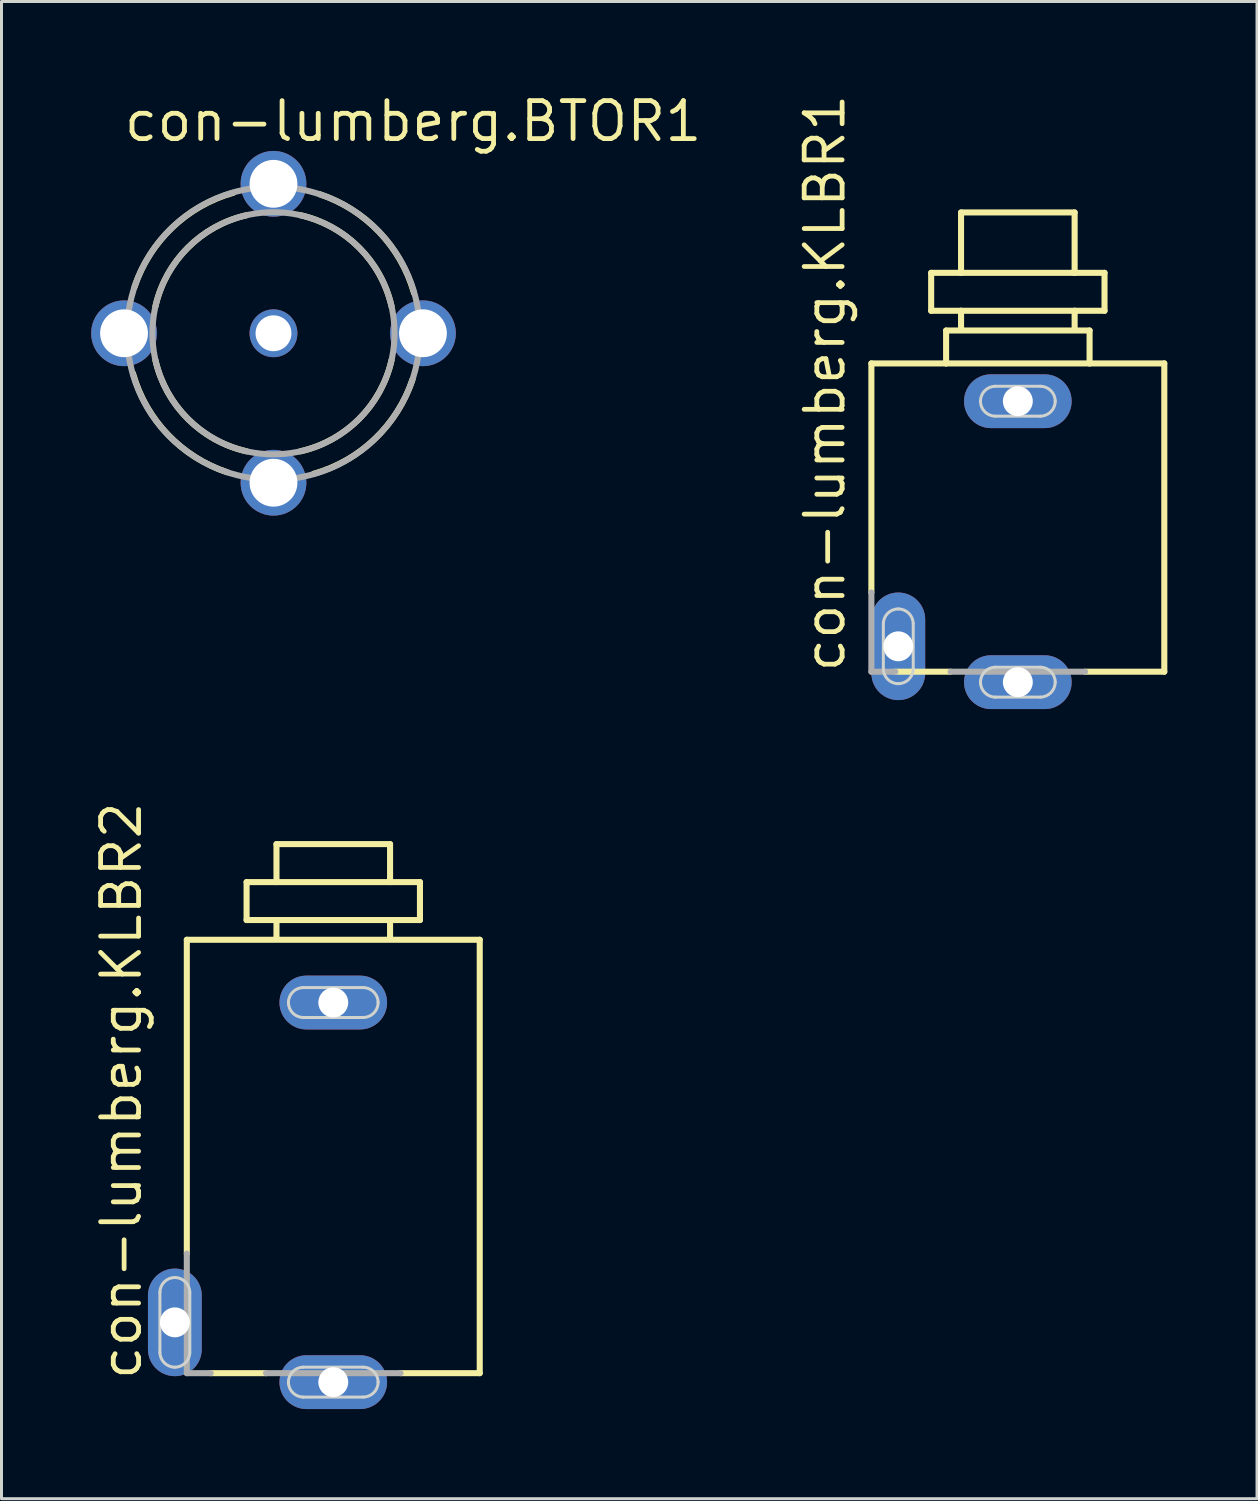
<source format=kicad_pcb>
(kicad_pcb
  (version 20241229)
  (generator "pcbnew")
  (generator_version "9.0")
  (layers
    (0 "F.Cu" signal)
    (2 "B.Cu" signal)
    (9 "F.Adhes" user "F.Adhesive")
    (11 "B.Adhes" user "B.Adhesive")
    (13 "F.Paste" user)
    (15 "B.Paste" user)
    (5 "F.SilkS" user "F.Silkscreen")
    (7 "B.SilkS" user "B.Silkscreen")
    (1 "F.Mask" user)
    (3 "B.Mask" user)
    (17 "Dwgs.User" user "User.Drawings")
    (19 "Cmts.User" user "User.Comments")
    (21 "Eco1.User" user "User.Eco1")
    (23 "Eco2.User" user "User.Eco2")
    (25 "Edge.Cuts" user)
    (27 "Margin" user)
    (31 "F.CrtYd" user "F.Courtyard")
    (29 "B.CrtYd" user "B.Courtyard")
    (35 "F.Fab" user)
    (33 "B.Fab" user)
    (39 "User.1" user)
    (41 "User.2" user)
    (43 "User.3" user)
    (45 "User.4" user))
  (footprint "con-lumberg.KLBR2"
    (layer "F.Cu")
    (at 8.1 36.841)
    (property "Reference" "con-lumberg.KLBR2" (at -6.35 6.35 90) (layer "F.SilkS") (effects (font (size 1.27 1.27) (thickness 0.16)) (justify left bottom)))
    (attr through_hole)
    (fp_line (start -4.9 -8.45) (end 4.9 -8.45) (stroke (width 0.203) (type default)) (layer "F.SilkS"))
    (fp_line (start -4.9 2.05) (end -4.9 -8.45) (stroke (width 0.203) (type default)) (layer "F.SilkS"))
    (fp_line (start -2.9 -10.38) (end -1.9 -10.38) (stroke (width 0.203) (type default)) (layer "F.SilkS"))
    (fp_line (start -2.9 -9.11) (end -2.9 -10.38) (stroke (width 0.203) (type default)) (layer "F.SilkS"))
    (fp_line (start -2.9 -9.11) (end -1.9 -9.11) (stroke (width 0.203) (type default)) (layer "F.SilkS"))
    (fp_line (start -2.25 6.05) (end -4.1 6.05) (stroke (width 0.203) (type default)) (layer "F.SilkS"))
    (fp_line (start -1.9 -11.65) (end 1.9 -11.65) (stroke (width 0.203) (type default)) (layer "F.SilkS"))
    (fp_line (start -1.9 -10.38) (end -1.9 -11.65) (stroke (width 0.203) (type default)) (layer "F.SilkS"))
    (fp_line (start -1.9 -10.38) (end 1.9 -10.38) (stroke (width 0.203) (type default)) (layer "F.SilkS"))
    (fp_line (start -1.9 -9.11) (end 1.9 -9.11) (stroke (width 0.203) (type default)) (layer "F.SilkS"))
    (fp_line (start -1.9 -8.55) (end -1.9 -9.11) (stroke (width 0.203) (type default)) (layer "F.SilkS"))
    (fp_line (start 1.9 -11.65) (end 1.9 -10.38) (stroke (width 0.203) (type default)) (layer "F.SilkS"))
    (fp_line (start 1.9 -10.38) (end 2.9 -10.38) (stroke (width 0.203) (type default)) (layer "F.SilkS"))
    (fp_line (start 1.9 -9.11) (end 1.9 -8.55) (stroke (width 0.203) (type default)) (layer "F.SilkS"))
    (fp_line (start 1.9 -9.11) (end 2.9 -9.11) (stroke (width 0.203) (type default)) (layer "F.SilkS"))
    (fp_line (start 2.9 -10.38) (end 2.9 -9.11) (stroke (width 0.203) (type default)) (layer "F.SilkS"))
    (fp_line (start 4.9 -8.45) (end 4.9 6.05) (stroke (width 0.203) (type default)) (layer "F.SilkS"))
    (fp_line (start 4.9 6.05) (end 2.25 6.05) (stroke (width 0.203) (type default)) (layer "F.SilkS"))
    (fp_line (start -5.8 5.35) (end -5.8 3.35) (stroke (width 0.1) (type default)) (layer "Edge.Cuts"))
    (fp_line (start -4.8 3.35) (end -4.8 5.35) (stroke (width 0.1) (type default)) (layer "Edge.Cuts"))
    (fp_line (start -1 -6.85) (end 1 -6.85) (stroke (width 0.1) (type default)) (layer "Edge.Cuts"))
    (fp_line (start -1 5.85) (end 1 5.85) (stroke (width 0.1) (type default)) (layer "Edge.Cuts"))
    (fp_line (start 1 -5.85) (end -1 -5.85) (stroke (width 0.1) (type default)) (layer "Edge.Cuts"))
    (fp_line (start 1 6.85) (end -1 6.85) (stroke (width 0.1) (type default)) (layer "Edge.Cuts"))
    (fp_arc (start -5.8 3.35) (mid -5.653553 2.996447) (end -5.3 2.85) (stroke (width 0.1) (type default)) (layer "Edge.Cuts"))
    (fp_arc (start -5.3 2.85) (mid -4.946447 2.996447) (end -4.8 3.35) (stroke (width 0.1) (type default)) (layer "Edge.Cuts"))
    (fp_arc (start -5.3 5.85) (mid -5.653553 5.703553) (end -5.8 5.35) (stroke (width 0.1) (type default)) (layer "Edge.Cuts"))
    (fp_arc (start -4.8 5.35) (mid -4.946447 5.703553) (end -5.3 5.85) (stroke (width 0.1) (type default)) (layer "Edge.Cuts"))
    (fp_arc (start -1.5 -6.35) (mid -1.353553 -6.703553) (end -1 -6.85) (stroke (width 0.1) (type default)) (layer "Edge.Cuts"))
    (fp_arc (start -1.5 6.35) (mid -1.353553 5.996447) (end -1 5.85) (stroke (width 0.1) (type default)) (layer "Edge.Cuts"))
    (fp_arc (start -1 -5.85) (mid -1.353553 -5.996447) (end -1.5 -6.35) (stroke (width 0.1) (type default)) (layer "Edge.Cuts"))
    (fp_arc (start -1 6.85) (mid -1.353553 6.703553) (end -1.5 6.35) (stroke (width 0.1) (type default)) (layer "Edge.Cuts"))
    (fp_arc (start 1 -6.85) (mid 1.353553 -6.703553) (end 1.5 -6.35) (stroke (width 0.1) (type default)) (layer "Edge.Cuts"))
    (fp_arc (start 1 5.85) (mid 1.353553 5.996447) (end 1.5 6.35) (stroke (width 0.1) (type default)) (layer "Edge.Cuts"))
    (fp_arc (start 1.5 -6.35) (mid 1.353553 -5.996447) (end 1 -5.85) (stroke (width 0.1) (type default)) (layer "Edge.Cuts"))
    (fp_arc (start 1.5 6.35) (mid 1.353553 6.703553) (end 1 6.85) (stroke (width 0.1) (type default)) (layer "Edge.Cuts"))
    (fp_line (start -4.9 6.05) (end -4.9 2.05) (stroke (width 0.203) (type default)) (layer "F.Fab"))
    (fp_line (start -4.1 6.05) (end -4.9 6.05) (stroke (width 0.203) (type default)) (layer "F.Fab"))
    (fp_line (start 2.25 6.05) (end -2.25 6.05) (stroke (width 0.203) (type default)) (layer "F.Fab"))
    (pad "3" thru_hole oval (at 0 6.35) (size 3.6 1.8) (drill 1) (layers "*.Cu" "*.Mask"))
    (pad "4" thru_hole oval (at -5.3 4.35 90) (size 3.6 1.8) (drill 1) (layers "*.Cu" "*.Mask"))
    (pad "5" thru_hole oval (at 0 -6.35) (size 3.6 1.8) (drill 1) (layers "*.Cu" "*.Mask")))
  (footprint "con-lumberg.KLBR1"
    (layer "F.Cu")
    (at 31.003 15.073)
    (property "Reference" "con-lumberg.KLBR1" (at -5.715 4.445 90) (layer "F.SilkS") (effects (font (size 1.27 1.27) (thickness 0.16)) (justify left bottom)))
    (attr through_hole)
    (fp_line (start -4.9 -5.965) (end -2.4 -5.965) (stroke (width 0.203) (type default)) (layer "F.SilkS"))
    (fp_line (start -4.9 1.7) (end -4.9 -5.965) (stroke (width 0.203) (type default)) (layer "F.SilkS"))
    (fp_line (start -2.9 -8.995) (end -1.9 -8.995) (stroke (width 0.203) (type default)) (layer "F.SilkS"))
    (fp_line (start -2.9 -7.725) (end -2.9 -8.995) (stroke (width 0.203) (type default)) (layer "F.SilkS"))
    (fp_line (start -2.9 -7.725) (end -1.9 -7.725) (stroke (width 0.203) (type default)) (layer "F.SilkS"))
    (fp_line (start -2.4 -7.065) (end 2.4 -7.065) (stroke (width 0.203) (type default)) (layer "F.SilkS"))
    (fp_line (start -2.4 -5.965) (end -2.4 -7.065) (stroke (width 0.203) (type default)) (layer "F.SilkS"))
    (fp_line (start -2.4 -5.965) (end 2.4 -5.965) (stroke (width 0.203) (type default)) (layer "F.SilkS"))
    (fp_line (start -2.25 4.35) (end -4.1 4.35) (stroke (width 0.203) (type default)) (layer "F.SilkS"))
    (fp_line (start -1.9 -11.015) (end 1.9 -11.015) (stroke (width 0.203) (type default)) (layer "F.SilkS"))
    (fp_line (start -1.9 -8.995) (end -1.9 -11.015) (stroke (width 0.203) (type default)) (layer "F.SilkS"))
    (fp_line (start -1.9 -8.995) (end 1.9 -8.995) (stroke (width 0.203) (type default)) (layer "F.SilkS"))
    (fp_line (start -1.9 -7.725) (end 1.9 -7.725) (stroke (width 0.203) (type default)) (layer "F.SilkS"))
    (fp_line (start -1.9 -7.165) (end -1.9 -7.725) (stroke (width 0.203) (type default)) (layer "F.SilkS"))
    (fp_line (start 1.9 -11.015) (end 1.9 -8.995) (stroke (width 0.203) (type default)) (layer "F.SilkS"))
    (fp_line (start 1.9 -8.995) (end 2.9 -8.995) (stroke (width 0.203) (type default)) (layer "F.SilkS"))
    (fp_line (start 1.9 -7.725) (end 1.9 -7.165) (stroke (width 0.203) (type default)) (layer "F.SilkS"))
    (fp_line (start 1.9 -7.725) (end 2.9 -7.725) (stroke (width 0.203) (type default)) (layer "F.SilkS"))
    (fp_line (start 2.4 -7.065) (end 2.4 -5.965) (stroke (width 0.203) (type default)) (layer "F.SilkS"))
    (fp_line (start 2.4 -5.965) (end 4.9 -5.965) (stroke (width 0.203) (type default)) (layer "F.SilkS"))
    (fp_line (start 2.9 -8.995) (end 2.9 -7.725) (stroke (width 0.203) (type default)) (layer "F.SilkS"))
    (fp_line (start 4.9 -5.965) (end 4.9 4.35) (stroke (width 0.203) (type default)) (layer "F.SilkS"))
    (fp_line (start 4.9 4.35) (end 2.25 4.35) (stroke (width 0.203) (type default)) (layer "F.SilkS"))
    (fp_line (start -4.5 4.25) (end -4.5 2.75) (stroke (width 0.1) (type default)) (layer "Edge.Cuts"))
    (fp_line (start -3.5 2.75) (end -3.5 4.25) (stroke (width 0.1) (type default)) (layer "Edge.Cuts"))
    (fp_line (start -0.75 -5.2) (end 0.75 -5.2) (stroke (width 0.1) (type default)) (layer "Edge.Cuts"))
    (fp_line (start -0.75 4.2) (end 0.75 4.2) (stroke (width 0.1) (type default)) (layer "Edge.Cuts"))
    (fp_line (start 0.75 -4.2) (end -0.75 -4.2) (stroke (width 0.1) (type default)) (layer "Edge.Cuts"))
    (fp_line (start 0.75 5.2) (end -0.75 5.2) (stroke (width 0.1) (type default)) (layer "Edge.Cuts"))
    (fp_arc (start -4.5 2.75) (mid -4.353553 2.396447) (end -4 2.25) (stroke (width 0.1) (type default)) (layer "Edge.Cuts"))
    (fp_arc (start -4 2.25) (mid -3.646447 2.396447) (end -3.5 2.75) (stroke (width 0.1) (type default)) (layer "Edge.Cuts"))
    (fp_arc (start -4 4.75) (mid -4.353553 4.603553) (end -4.5 4.25) (stroke (width 0.1) (type default)) (layer "Edge.Cuts"))
    (fp_arc (start -3.5 4.25) (mid -3.646447 4.603553) (end -4 4.75) (stroke (width 0.1) (type default)) (layer "Edge.Cuts"))
    (fp_arc (start -1.25 -4.7) (mid -1.103553 -5.053553) (end -0.75 -5.2) (stroke (width 0.1) (type default)) (layer "Edge.Cuts"))
    (fp_arc (start -1.25 4.7) (mid -1.103553 4.346447) (end -0.75 4.2) (stroke (width 0.1) (type default)) (layer "Edge.Cuts"))
    (fp_arc (start -0.75 -4.2) (mid -1.103553 -4.346447) (end -1.25 -4.7) (stroke (width 0.1) (type default)) (layer "Edge.Cuts"))
    (fp_arc (start -0.75 5.2) (mid -1.103553 5.053553) (end -1.25 4.7) (stroke (width 0.1) (type default)) (layer "Edge.Cuts"))
    (fp_arc (start 0.75 -5.2) (mid 1.103553 -5.053553) (end 1.25 -4.7) (stroke (width 0.1) (type default)) (layer "Edge.Cuts"))
    (fp_arc (start 0.75 4.2) (mid 1.103553 4.346447) (end 1.25 4.7) (stroke (width 0.1) (type default)) (layer "Edge.Cuts"))
    (fp_arc (start 1.25 -4.7) (mid 1.103553 -4.346447) (end 0.75 -4.2) (stroke (width 0.1) (type default)) (layer "Edge.Cuts"))
    (fp_arc (start 1.25 4.7) (mid 1.103553 5.053553) (end 0.75 5.2) (stroke (width 0.1) (type default)) (layer "Edge.Cuts"))
    (fp_line (start -4.9 4.35) (end -4.9 1.7) (stroke (width 0.203) (type default)) (layer "F.Fab"))
    (fp_line (start -4.1 4.35) (end -4.9 4.35) (stroke (width 0.203) (type default)) (layer "F.Fab"))
    (fp_line (start 2.25 4.35) (end -2.25 4.35) (stroke (width 0.203) (type default)) (layer "F.Fab"))
    (pad "3" thru_hole oval (at 0 4.7) (size 3.6 1.8) (drill 1) (layers "*.Cu" "*.Mask"))
    (pad "4" thru_hole oval (at -4 3.5 90) (size 3.6 1.8) (drill 1) (layers "*.Cu" "*.Mask"))
    (pad "5" thru_hole oval (at 0 -4.7) (size 3.6 1.8) (drill 1) (layers "*.Cu" "*.Mask")))
  (footprint "con-lumberg.BTOR1"
    (layer "F.Cu")
    (at 6.1 8.1)
    (property "Reference" "con-lumberg.BTOR1" (at -5.08 -6.35 0) (layer "F.SilkS") (effects (font (size 1.27 1.27) (thickness 0.16)) (justify left bottom)))
    (attr through_hole)
    (fp_arc (start -4.65 -1.55) (mid -3.39027 -3.533854) (end -1.35 -4.7) (stroke (width 0.2032) (type default)) (layer "F.SilkS"))
    (fp_arc (start -3.95 -0.9) (mid -2.864655 -2.864655) (end -0.9 -3.95) (stroke (width 0.2032) (type default)) (layer "F.SilkS"))
    (fp_arc (start -1.55 4.65) (mid -3.533854 3.39027) (end -4.7 1.35) (stroke (width 0.2032) (type default)) (layer "F.SilkS"))
    (fp_arc (start -0.9 3.95) (mid -2.864655 2.864655) (end -3.95 0.9) (stroke (width 0.2032) (type default)) (layer "F.SilkS"))
    (fp_arc (start 0.9 -3.95) (mid 2.864655 -2.864655) (end 3.95 -0.9) (stroke (width 0.2032) (type default)) (layer "F.SilkS"))
    (fp_arc (start 1.55 -4.65) (mid 3.533854 -3.39027) (end 4.7 -1.35) (stroke (width 0.2032) (type default)) (layer "F.SilkS"))
    (fp_arc (start 3.95 0.9) (mid 2.864655 2.864655) (end 0.9 3.95) (stroke (width 0.2032) (type default)) (layer "F.SilkS"))
    (fp_arc (start 4.65 1.55) (mid 3.39027 3.533854) (end 1.35 4.7) (stroke (width 0.2032) (type default)) (layer "F.SilkS"))
    (fp_circle (center 0 0) (end 4.05 0) (stroke (width 0.203) (type default)) (fill no) (layer "F.Fab"))
    (fp_circle (center 0 0) (end 4.9 0) (stroke (width 0.203) (type default)) (fill no) (layer "F.Fab"))
    (pad "S" thru_hole circle (at -5 0) (size 2.2 2.2) (drill 1.6) (layers "*.Cu" "*.Mask"))
    (pad "S@1" thru_hole circle (at 0 -5) (size 2.2 2.2) (drill 1.6) (layers "*.Cu" "*.Mask"))
    (pad "S@2" thru_hole circle (at 5 0) (size 2.2 2.2) (drill 1.6) (layers "*.Cu" "*.Mask"))
    (pad "S@3" thru_hole circle (at 0 5) (size 2.2 2.2) (drill 1.6) (layers "*.Cu" "*.Mask"))
    (pad "T" thru_hole circle (at 0 0) (size 1.6 1.6) (drill 1.2) (layers "*.Cu" "*.Mask")))
  (gr_rect
    (start -3 -3)
    (end 39.005 47.091)
    (stroke (width 0.1) (type default))
    (fill no)
    (layer "Edge.Cuts")))
</source>
